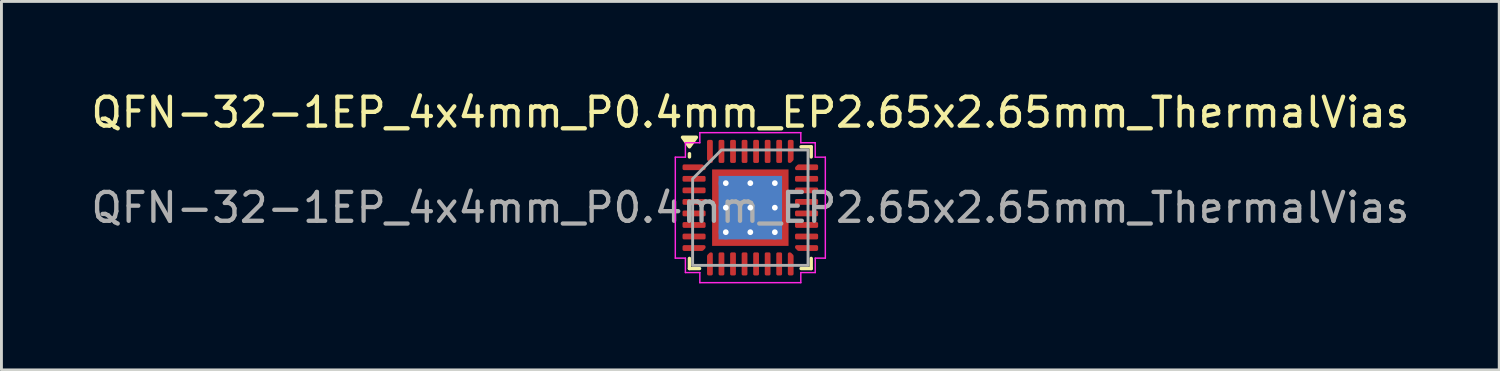
<source format=kicad_pcb>
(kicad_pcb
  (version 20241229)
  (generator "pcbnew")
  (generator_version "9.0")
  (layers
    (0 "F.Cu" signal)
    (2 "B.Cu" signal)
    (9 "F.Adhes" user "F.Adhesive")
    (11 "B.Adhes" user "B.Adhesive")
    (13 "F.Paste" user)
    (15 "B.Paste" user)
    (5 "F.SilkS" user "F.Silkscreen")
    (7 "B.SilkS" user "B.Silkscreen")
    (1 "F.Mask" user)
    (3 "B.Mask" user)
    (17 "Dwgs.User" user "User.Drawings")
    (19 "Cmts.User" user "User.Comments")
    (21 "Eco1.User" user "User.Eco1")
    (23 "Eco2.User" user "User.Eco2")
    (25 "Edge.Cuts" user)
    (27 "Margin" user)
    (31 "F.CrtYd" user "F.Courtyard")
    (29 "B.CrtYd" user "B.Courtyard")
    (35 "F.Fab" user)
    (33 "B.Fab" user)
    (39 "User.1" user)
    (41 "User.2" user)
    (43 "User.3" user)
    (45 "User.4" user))
  (footprint "QFN-32-1EP_4x4mm_P0.4mm_EP2.65x2.65mm_ThermalVias"
    (layer "F.Cu")
    (at 22.958 4.148)
    (property "Reference" "QFN-32-1EP_4x4mm_P0.4mm_EP2.65x2.65mm_ThermalVias" (at 0 -3.3 0) (layer "F.SilkS") (effects (font (size 1 1) (thickness 0.15))))
    (attr smd)
    (fp_line (start -2.11 -1.76) (end -2.11 -1.87) (stroke (width 0.12) (type solid)) (layer "F.SilkS"))
    (fp_line (start -2.11 2.11) (end -2.11 1.76) (stroke (width 0.12) (type solid)) (layer "F.SilkS"))
    (fp_line (start -1.76 2.11) (end -2.11 2.11) (stroke (width 0.12) (type solid)) (layer "F.SilkS"))
    (fp_line (start 1.76 -2.11) (end 2.11 -2.11) (stroke (width 0.12) (type solid)) (layer "F.SilkS"))
    (fp_line (start 1.76 2.11) (end 2.11 2.11) (stroke (width 0.12) (type solid)) (layer "F.SilkS"))
    (fp_line (start 2.11 -2.11) (end 2.11 -1.76) (stroke (width 0.12) (type solid)) (layer "F.SilkS"))
    (fp_line (start 2.11 2.11) (end 2.11 1.76) (stroke (width 0.12) (type solid)) (layer "F.SilkS"))
    (fp_poly (pts (xy -2.11 -2.11) (xy -2.35 -2.44) (xy -1.87 -2.44)) (stroke (width 0.12) (type solid)) (fill yes) (layer "F.SilkS"))
    (fp_line (start -2.6 -1.75) (end -2.25 -1.75) (stroke (width 0.05) (type solid)) (layer "F.CrtYd"))
    (fp_line (start -2.6 1.75) (end -2.6 -1.75) (stroke (width 0.05) (type solid)) (layer "F.CrtYd"))
    (fp_line (start -2.25 -2.25) (end -1.75 -2.25) (stroke (width 0.05) (type solid)) (layer "F.CrtYd"))
    (fp_line (start -2.25 -1.75) (end -2.25 -2.25) (stroke (width 0.05) (type solid)) (layer "F.CrtYd"))
    (fp_line (start -2.25 1.75) (end -2.6 1.75) (stroke (width 0.05) (type solid)) (layer "F.CrtYd"))
    (fp_line (start -2.25 2.25) (end -2.25 1.75) (stroke (width 0.05) (type solid)) (layer "F.CrtYd"))
    (fp_line (start -1.75 -2.6) (end 1.75 -2.6) (stroke (width 0.05) (type solid)) (layer "F.CrtYd"))
    (fp_line (start -1.75 -2.25) (end -1.75 -2.6) (stroke (width 0.05) (type solid)) (layer "F.CrtYd"))
    (fp_line (start -1.75 2.25) (end -2.25 2.25) (stroke (width 0.05) (type solid)) (layer "F.CrtYd"))
    (fp_line (start -1.75 2.6) (end -1.75 2.25) (stroke (width 0.05) (type solid)) (layer "F.CrtYd"))
    (fp_line (start 1.75 -2.6) (end 1.75 -2.25) (stroke (width 0.05) (type solid)) (layer "F.CrtYd"))
    (fp_line (start 1.75 -2.25) (end 2.25 -2.25) (stroke (width 0.05) (type solid)) (layer "F.CrtYd"))
    (fp_line (start 1.75 2.25) (end 1.75 2.6) (stroke (width 0.05) (type solid)) (layer "F.CrtYd"))
    (fp_line (start 1.75 2.6) (end -1.75 2.6) (stroke (width 0.05) (type solid)) (layer "F.CrtYd"))
    (fp_line (start 2.25 -2.25) (end 2.25 -1.75) (stroke (width 0.05) (type solid)) (layer "F.CrtYd"))
    (fp_line (start 2.25 -1.75) (end 2.6 -1.75) (stroke (width 0.05) (type solid)) (layer "F.CrtYd"))
    (fp_line (start 2.25 1.75) (end 2.25 2.25) (stroke (width 0.05) (type solid)) (layer "F.CrtYd"))
    (fp_line (start 2.25 2.25) (end 1.75 2.25) (stroke (width 0.05) (type solid)) (layer "F.CrtYd"))
    (fp_line (start 2.6 -1.75) (end 2.6 1.75) (stroke (width 0.05) (type solid)) (layer "F.CrtYd"))
    (fp_line (start 2.6 1.75) (end 2.25 1.75) (stroke (width 0.05) (type solid)) (layer "F.CrtYd"))
    (fp_poly (pts (xy -2 -1) (xy -2 2) (xy 2 2) (xy 2 -2) (xy -1 -2)) (stroke (width 0.1) (type solid)) (fill no) (layer "F.Fab"))
    (fp_text user "${REFERENCE}" (at 0 0 0) (layer "F.Fab") (effects (font (size 1 1) (thickness 0.15))))
    (pad "" smd roundrect (at -0.66 -0.66) (size 1.07 1.07) (layers "F.Paste") (roundrect_rratio 0.234))
    (pad "" smd roundrect (at -0.66 0.66) (size 1.07 1.07) (layers "F.Paste") (roundrect_rratio 0.234))
    (pad "" smd roundrect (at 0.66 -0.66) (size 1.07 1.07) (layers "F.Paste") (roundrect_rratio 0.234))
    (pad "" smd roundrect (at 0.66 0.66) (size 1.07 1.07) (layers "F.Paste") (roundrect_rratio 0.234))
    (pad "1" smd custom (at -1.95 -1.4) (size 0.129 0.129) (layers "F.Cu" "F.Mask" "F.Paste") (options (anchor circle)) (primitives (gr_poly (pts (xy -0.35 -0.05) (xy 0.279 -0.05) (xy 0.35 0.021) (xy 0.35 0.05) (xy -0.35 0.05)) (width 0.1) (fill yes))))
    (pad "2" smd roundrect (at -1.95 -1) (size 0.8 0.2) (layers "F.Cu" "F.Mask" "F.Paste") (roundrect_rratio 0.25))
    (pad "3" smd roundrect (at -1.95 -0.6) (size 0.8 0.2) (layers "F.Cu" "F.Mask" "F.Paste") (roundrect_rratio 0.25))
    (pad "4" smd roundrect (at -1.95 -0.2) (size 0.8 0.2) (layers "F.Cu" "F.Mask" "F.Paste") (roundrect_rratio 0.25))
    (pad "5" smd roundrect (at -1.95 0.2) (size 0.8 0.2) (layers "F.Cu" "F.Mask" "F.Paste") (roundrect_rratio 0.25))
    (pad "6" smd roundrect (at -1.95 0.6) (size 0.8 0.2) (layers "F.Cu" "F.Mask" "F.Paste") (roundrect_rratio 0.25))
    (pad "7" smd roundrect (at -1.95 1) (size 0.8 0.2) (layers "F.Cu" "F.Mask" "F.Paste") (roundrect_rratio 0.25))
    (pad "8" smd custom (at -1.95 1.4) (size 0.129 0.129) (layers "F.Cu" "F.Mask" "F.Paste") (options (anchor circle)) (primitives (gr_poly (pts (xy -0.35 -0.05) (xy 0.35 -0.05) (xy 0.35 -0.021) (xy 0.279 0.05) (xy -0.35 0.05)) (width 0.1) (fill yes))))
    (pad "9" smd custom (at -1.4 1.95) (size 0.129 0.129) (layers "F.Cu" "F.Mask" "F.Paste") (options (anchor circle)) (primitives (gr_poly (pts (xy -0.05 -0.279) (xy 0.021 -0.35) (xy 0.05 -0.35) (xy 0.05 0.35) (xy -0.05 0.35)) (width 0.1) (fill yes))))
    (pad "10" smd roundrect (at -1 1.95) (size 0.2 0.8) (layers "F.Cu" "F.Mask" "F.Paste") (roundrect_rratio 0.25))
    (pad "11" smd roundrect (at -0.6 1.95) (size 0.2 0.8) (layers "F.Cu" "F.Mask" "F.Paste") (roundrect_rratio 0.25))
    (pad "12" smd roundrect (at -0.2 1.95) (size 0.2 0.8) (layers "F.Cu" "F.Mask" "F.Paste") (roundrect_rratio 0.25))
    (pad "13" smd roundrect (at 0.2 1.95) (size 0.2 0.8) (layers "F.Cu" "F.Mask" "F.Paste") (roundrect_rratio 0.25))
    (pad "14" smd roundrect (at 0.6 1.95) (size 0.2 0.8) (layers "F.Cu" "F.Mask" "F.Paste") (roundrect_rratio 0.25))
    (pad "15" smd roundrect (at 1 1.95) (size 0.2 0.8) (layers "F.Cu" "F.Mask" "F.Paste") (roundrect_rratio 0.25))
    (pad "16" smd custom (at 1.4 1.95) (size 0.129 0.129) (layers "F.Cu" "F.Mask" "F.Paste") (options (anchor circle)) (primitives (gr_poly (pts (xy -0.05 -0.35) (xy -0.021 -0.35) (xy 0.05 -0.279) (xy 0.05 0.35) (xy -0.05 0.35)) (width 0.1) (fill yes))))
    (pad "17" smd custom (at 1.95 1.4) (size 0.129 0.129) (layers "F.Cu" "F.Mask" "F.Paste") (options (anchor circle)) (primitives (gr_poly (pts (xy -0.35 -0.05) (xy 0.35 -0.05) (xy 0.35 0.05) (xy -0.279 0.05) (xy -0.35 -0.021)) (width 0.1) (fill yes))))
    (pad "18" smd roundrect (at 1.95 1) (size 0.8 0.2) (layers "F.Cu" "F.Mask" "F.Paste") (roundrect_rratio 0.25))
    (pad "19" smd roundrect (at 1.95 0.6) (size 0.8 0.2) (layers "F.Cu" "F.Mask" "F.Paste") (roundrect_rratio 0.25))
    (pad "20" smd roundrect (at 1.95 0.2) (size 0.8 0.2) (layers "F.Cu" "F.Mask" "F.Paste") (roundrect_rratio 0.25))
    (pad "21" smd roundrect (at 1.95 -0.2) (size 0.8 0.2) (layers "F.Cu" "F.Mask" "F.Paste") (roundrect_rratio 0.25))
    (pad "22" smd roundrect (at 1.95 -0.6) (size 0.8 0.2) (layers "F.Cu" "F.Mask" "F.Paste") (roundrect_rratio 0.25))
    (pad "23" smd roundrect (at 1.95 -1) (size 0.8 0.2) (layers "F.Cu" "F.Mask" "F.Paste") (roundrect_rratio 0.25))
    (pad "24" smd custom (at 1.95 -1.4) (size 0.129 0.129) (layers "F.Cu" "F.Mask" "F.Paste") (options (anchor circle)) (primitives (gr_poly (pts (xy -0.35 0.021) (xy -0.279 -0.05) (xy 0.35 -0.05) (xy 0.35 0.05) (xy -0.35 0.05)) (width 0.1) (fill yes))))
    (pad "25" smd custom (at 1.4 -1.95) (size 0.129 0.129) (layers "F.Cu" "F.Mask" "F.Paste") (options (anchor circle)) (primitives (gr_poly (pts (xy -0.05 -0.35) (xy 0.05 -0.35) (xy 0.05 0.279) (xy -0.021 0.35) (xy -0.05 0.35)) (width 0.1) (fill yes))))
    (pad "26" smd roundrect (at 1 -1.95) (size 0.2 0.8) (layers "F.Cu" "F.Mask" "F.Paste") (roundrect_rratio 0.25))
    (pad "27" smd roundrect (at 0.6 -1.95) (size 0.2 0.8) (layers "F.Cu" "F.Mask" "F.Paste") (roundrect_rratio 0.25))
    (pad "28" smd roundrect (at 0.2 -1.95) (size 0.2 0.8) (layers "F.Cu" "F.Mask" "F.Paste") (roundrect_rratio 0.25))
    (pad "29" smd roundrect (at -0.2 -1.95) (size 0.2 0.8) (layers "F.Cu" "F.Mask" "F.Paste") (roundrect_rratio 0.25))
    (pad "30" smd roundrect (at -0.6 -1.95) (size 0.2 0.8) (layers "F.Cu" "F.Mask" "F.Paste") (roundrect_rratio 0.25))
    (pad "31" smd roundrect (at -1 -1.95) (size 0.2 0.8) (layers "F.Cu" "F.Mask" "F.Paste") (roundrect_rratio 0.25))
    (pad "32" smd custom (at -1.4 -1.95) (size 0.129 0.129) (layers "F.Cu" "F.Mask" "F.Paste") (options (anchor circle)) (primitives (gr_poly (pts (xy -0.05 -0.35) (xy 0.05 -0.35) (xy 0.05 0.35) (xy 0.021 0.35) (xy -0.05 0.279)) (width 0.1) (fill yes))))
    (pad "33" thru_hole circle (at -0.85 -0.85) (size 0.5 0.5) (drill 0.2) (property pad_prop_heatsink) (layers "*.Cu"))
    (pad "33" thru_hole circle (at -0.85 0) (size 0.5 0.5) (drill 0.2) (property pad_prop_heatsink) (layers "*.Cu"))
    (pad "33" thru_hole circle (at -0.85 0.85) (size 0.5 0.5) (drill 0.2) (property pad_prop_heatsink) (layers "*.Cu"))
    (pad "33" thru_hole circle (at 0 -0.85) (size 0.5 0.5) (drill 0.2) (property pad_prop_heatsink) (layers "*.Cu"))
    (pad "33" thru_hole circle (at 0 0) (size 0.5 0.5) (drill 0.2) (property pad_prop_heatsink) (layers "*.Cu"))
    (pad "33" smd rect (at 0 0) (size 2.2 2.2) (property pad_prop_heatsink) (layers "B.Cu"))
    (pad "33" smd rect (at 0 0) (size 2.65 2.65) (property pad_prop_heatsink) (layers "F.Cu" "F.Mask"))
    (pad "33" thru_hole circle (at 0 0.85) (size 0.5 0.5) (drill 0.2) (property pad_prop_heatsink) (layers "*.Cu"))
    (pad "33" thru_hole circle (at 0.85 -0.85) (size 0.5 0.5) (drill 0.2) (property pad_prop_heatsink) (layers "*.Cu"))
    (pad "33" thru_hole circle (at 0.85 0) (size 0.5 0.5) (drill 0.2) (property pad_prop_heatsink) (layers "*.Cu"))
    (pad "33" thru_hole circle (at 0.85 0.85) (size 0.5 0.5) (drill 0.2) (property pad_prop_heatsink) (layers "*.Cu")))
  (gr_rect
    (start -3 -3)
    (end 48.917 9.773)
    (stroke (width 0.1) (type default))
    (fill no)
    (layer "Edge.Cuts")))
</source>
